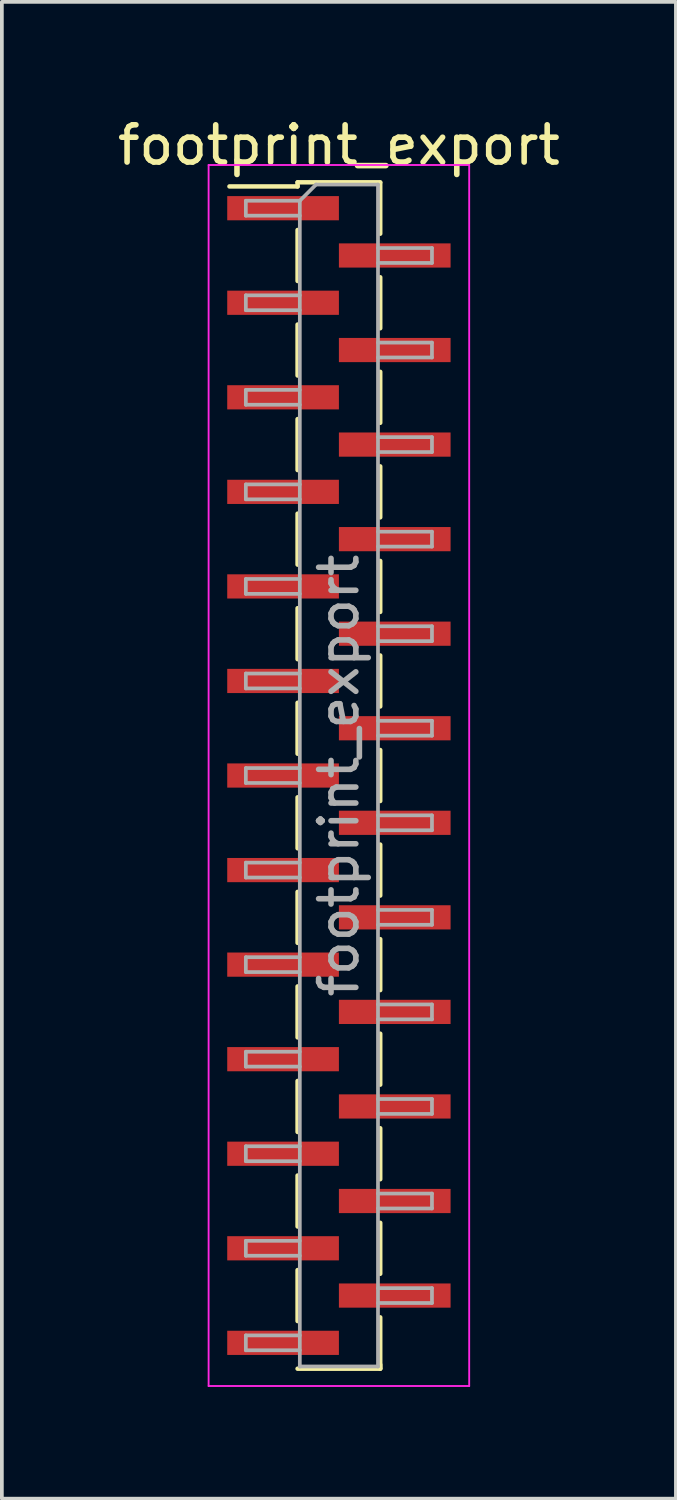
<source format=kicad_pcb>
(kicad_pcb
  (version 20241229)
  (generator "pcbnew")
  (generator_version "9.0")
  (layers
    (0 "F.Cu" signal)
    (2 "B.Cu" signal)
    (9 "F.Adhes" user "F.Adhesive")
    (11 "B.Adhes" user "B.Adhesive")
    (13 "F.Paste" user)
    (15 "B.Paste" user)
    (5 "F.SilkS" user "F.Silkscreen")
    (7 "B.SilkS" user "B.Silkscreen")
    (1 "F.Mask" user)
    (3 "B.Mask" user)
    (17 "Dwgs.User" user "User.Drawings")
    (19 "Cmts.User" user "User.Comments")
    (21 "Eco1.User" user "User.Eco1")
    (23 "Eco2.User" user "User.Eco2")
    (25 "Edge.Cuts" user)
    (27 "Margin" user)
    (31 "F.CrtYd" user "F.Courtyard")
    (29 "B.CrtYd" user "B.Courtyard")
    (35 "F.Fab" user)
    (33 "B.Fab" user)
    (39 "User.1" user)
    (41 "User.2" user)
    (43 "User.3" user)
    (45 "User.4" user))
  (footprint "footprint_export"
    (layer "F.Cu")
    (at 6.054 17.783)
    (property "Reference" "footprint_export" (at 0 -16.935 0) (layer "F.SilkS") (effects (font (size 1 1) (thickness 0.15))))
    (attr smd)
    (fp_line (start -1.11 -15.935) (end -1.11 -15.825) (stroke (width 0.12) (type solid)) (layer "F.SilkS"))
    (fp_line (start -1.11 -15.935) (end 1.11 -15.935) (stroke (width 0.12) (type solid)) (layer "F.SilkS"))
    (fp_line (start -1.11 -15.825) (end -2.94 -15.825) (stroke (width 0.12) (type solid)) (layer "F.SilkS"))
    (fp_line (start -1.11 -14.655) (end -1.11 -13.285) (stroke (width 0.12) (type solid)) (layer "F.SilkS"))
    (fp_line (start -1.11 -12.115) (end -1.11 -10.745) (stroke (width 0.12) (type solid)) (layer "F.SilkS"))
    (fp_line (start -1.11 -9.575) (end -1.11 -8.205) (stroke (width 0.12) (type solid)) (layer "F.SilkS"))
    (fp_line (start -1.11 -7.035) (end -1.11 -5.665) (stroke (width 0.12) (type solid)) (layer "F.SilkS"))
    (fp_line (start -1.11 -4.495) (end -1.11 -3.125) (stroke (width 0.12) (type solid)) (layer "F.SilkS"))
    (fp_line (start -1.11 -1.955) (end -1.11 -0.585) (stroke (width 0.12) (type solid)) (layer "F.SilkS"))
    (fp_line (start -1.11 0.585) (end -1.11 1.955) (stroke (width 0.12) (type solid)) (layer "F.SilkS"))
    (fp_line (start -1.11 3.125) (end -1.11 4.495) (stroke (width 0.12) (type solid)) (layer "F.SilkS"))
    (fp_line (start -1.11 5.665) (end -1.11 7.035) (stroke (width 0.12) (type solid)) (layer "F.SilkS"))
    (fp_line (start -1.11 8.205) (end -1.11 9.575) (stroke (width 0.12) (type solid)) (layer "F.SilkS"))
    (fp_line (start -1.11 10.745) (end -1.11 12.115) (stroke (width 0.12) (type solid)) (layer "F.SilkS"))
    (fp_line (start -1.11 13.285) (end -1.11 14.655) (stroke (width 0.12) (type solid)) (layer "F.SilkS"))
    (fp_line (start -1.11 15.935) (end 1.11 15.935) (stroke (width 0.12) (type solid)) (layer "F.SilkS"))
    (fp_line (start 1.11 -15.925) (end 1.11 -14.555) (stroke (width 0.12) (type solid)) (layer "F.SilkS"))
    (fp_line (start 1.11 -13.385) (end 1.11 -12.015) (stroke (width 0.12) (type solid)) (layer "F.SilkS"))
    (fp_line (start 1.11 -10.845) (end 1.11 -9.475) (stroke (width 0.12) (type solid)) (layer "F.SilkS"))
    (fp_line (start 1.11 -8.305) (end 1.11 -6.935) (stroke (width 0.12) (type solid)) (layer "F.SilkS"))
    (fp_line (start 1.11 -5.765) (end 1.11 -4.395) (stroke (width 0.12) (type solid)) (layer "F.SilkS"))
    (fp_line (start 1.11 -3.225) (end 1.11 -1.855) (stroke (width 0.12) (type solid)) (layer "F.SilkS"))
    (fp_line (start 1.11 -0.685) (end 1.11 0.685) (stroke (width 0.12) (type solid)) (layer "F.SilkS"))
    (fp_line (start 1.11 1.855) (end 1.11 3.225) (stroke (width 0.12) (type solid)) (layer "F.SilkS"))
    (fp_line (start 1.11 4.395) (end 1.11 5.765) (stroke (width 0.12) (type solid)) (layer "F.SilkS"))
    (fp_line (start 1.11 6.935) (end 1.11 8.305) (stroke (width 0.12) (type solid)) (layer "F.SilkS"))
    (fp_line (start 1.11 9.475) (end 1.11 10.845) (stroke (width 0.12) (type solid)) (layer "F.SilkS"))
    (fp_line (start 1.11 12.015) (end 1.11 13.385) (stroke (width 0.12) (type solid)) (layer "F.SilkS"))
    (fp_line (start 1.11 14.555) (end 1.11 15.925) (stroke (width 0.12) (type solid)) (layer "F.SilkS"))
    (fp_line (start 1.11 15.825) (end 1.11 15.935) (stroke (width 0.12) (type solid)) (layer "F.SilkS"))
    (fp_line (start -3.5 -16.4) (end -3.5 16.4) (stroke (width 0.05) (type solid)) (layer "F.CrtYd"))
    (fp_line (start -3.5 16.4) (end 3.5 16.4) (stroke (width 0.05) (type solid)) (layer "F.CrtYd"))
    (fp_line (start 3.5 -16.4) (end -3.5 -16.4) (stroke (width 0.05) (type solid)) (layer "F.CrtYd"))
    (fp_line (start 3.5 16.4) (end 3.5 -16.4) (stroke (width 0.05) (type solid)) (layer "F.CrtYd"))
    (fp_line (start -2.5 -15.44) (end -2.5 -15.04) (stroke (width 0.1) (type solid)) (layer "F.Fab"))
    (fp_line (start -2.5 -15.04) (end -1.05 -15.04) (stroke (width 0.1) (type solid)) (layer "F.Fab"))
    (fp_line (start -2.5 -12.9) (end -2.5 -12.5) (stroke (width 0.1) (type solid)) (layer "F.Fab"))
    (fp_line (start -2.5 -12.5) (end -1.05 -12.5) (stroke (width 0.1) (type solid)) (layer "F.Fab"))
    (fp_line (start -2.5 -10.36) (end -2.5 -9.96) (stroke (width 0.1) (type solid)) (layer "F.Fab"))
    (fp_line (start -2.5 -9.96) (end -1.05 -9.96) (stroke (width 0.1) (type solid)) (layer "F.Fab"))
    (fp_line (start -2.5 -7.82) (end -2.5 -7.42) (stroke (width 0.1) (type solid)) (layer "F.Fab"))
    (fp_line (start -2.5 -7.42) (end -1.05 -7.42) (stroke (width 0.1) (type solid)) (layer "F.Fab"))
    (fp_line (start -2.5 -5.28) (end -2.5 -4.88) (stroke (width 0.1) (type solid)) (layer "F.Fab"))
    (fp_line (start -2.5 -4.88) (end -1.05 -4.88) (stroke (width 0.1) (type solid)) (layer "F.Fab"))
    (fp_line (start -2.5 -2.74) (end -2.5 -2.34) (stroke (width 0.1) (type solid)) (layer "F.Fab"))
    (fp_line (start -2.5 -2.34) (end -1.05 -2.34) (stroke (width 0.1) (type solid)) (layer "F.Fab"))
    (fp_line (start -2.5 -0.2) (end -2.5 0.2) (stroke (width 0.1) (type solid)) (layer "F.Fab"))
    (fp_line (start -2.5 0.2) (end -1.05 0.2) (stroke (width 0.1) (type solid)) (layer "F.Fab"))
    (fp_line (start -2.5 2.34) (end -2.5 2.74) (stroke (width 0.1) (type solid)) (layer "F.Fab"))
    (fp_line (start -2.5 2.74) (end -1.05 2.74) (stroke (width 0.1) (type solid)) (layer "F.Fab"))
    (fp_line (start -2.5 4.88) (end -2.5 5.28) (stroke (width 0.1) (type solid)) (layer "F.Fab"))
    (fp_line (start -2.5 5.28) (end -1.05 5.28) (stroke (width 0.1) (type solid)) (layer "F.Fab"))
    (fp_line (start -2.5 7.42) (end -2.5 7.82) (stroke (width 0.1) (type solid)) (layer "F.Fab"))
    (fp_line (start -2.5 7.82) (end -1.05 7.82) (stroke (width 0.1) (type solid)) (layer "F.Fab"))
    (fp_line (start -2.5 9.96) (end -2.5 10.36) (stroke (width 0.1) (type solid)) (layer "F.Fab"))
    (fp_line (start -2.5 10.36) (end -1.05 10.36) (stroke (width 0.1) (type solid)) (layer "F.Fab"))
    (fp_line (start -2.5 12.5) (end -2.5 12.9) (stroke (width 0.1) (type solid)) (layer "F.Fab"))
    (fp_line (start -2.5 12.9) (end -1.05 12.9) (stroke (width 0.1) (type solid)) (layer "F.Fab"))
    (fp_line (start -2.5 15.04) (end -2.5 15.44) (stroke (width 0.1) (type solid)) (layer "F.Fab"))
    (fp_line (start -2.5 15.44) (end -1.05 15.44) (stroke (width 0.1) (type solid)) (layer "F.Fab"))
    (fp_line (start -1.05 -15.44) (end -2.5 -15.44) (stroke (width 0.1) (type solid)) (layer "F.Fab"))
    (fp_line (start -1.05 -15.44) (end -0.615 -15.875) (stroke (width 0.1) (type solid)) (layer "F.Fab"))
    (fp_line (start -1.05 -12.9) (end -2.5 -12.9) (stroke (width 0.1) (type solid)) (layer "F.Fab"))
    (fp_line (start -1.05 -10.36) (end -2.5 -10.36) (stroke (width 0.1) (type solid)) (layer "F.Fab"))
    (fp_line (start -1.05 -7.82) (end -2.5 -7.82) (stroke (width 0.1) (type solid)) (layer "F.Fab"))
    (fp_line (start -1.05 -5.28) (end -2.5 -5.28) (stroke (width 0.1) (type solid)) (layer "F.Fab"))
    (fp_line (start -1.05 -2.74) (end -2.5 -2.74) (stroke (width 0.1) (type solid)) (layer "F.Fab"))
    (fp_line (start -1.05 -0.2) (end -2.5 -0.2) (stroke (width 0.1) (type solid)) (layer "F.Fab"))
    (fp_line (start -1.05 2.34) (end -2.5 2.34) (stroke (width 0.1) (type solid)) (layer "F.Fab"))
    (fp_line (start -1.05 4.88) (end -2.5 4.88) (stroke (width 0.1) (type solid)) (layer "F.Fab"))
    (fp_line (start -1.05 7.42) (end -2.5 7.42) (stroke (width 0.1) (type solid)) (layer "F.Fab"))
    (fp_line (start -1.05 9.96) (end -2.5 9.96) (stroke (width 0.1) (type solid)) (layer "F.Fab"))
    (fp_line (start -1.05 12.5) (end -2.5 12.5) (stroke (width 0.1) (type solid)) (layer "F.Fab"))
    (fp_line (start -1.05 15.04) (end -2.5 15.04) (stroke (width 0.1) (type solid)) (layer "F.Fab"))
    (fp_line (start -1.05 15.875) (end -1.05 -15.44) (stroke (width 0.1) (type solid)) (layer "F.Fab"))
    (fp_line (start -0.615 -15.875) (end 1.05 -15.875) (stroke (width 0.1) (type solid)) (layer "F.Fab"))
    (fp_line (start 1.05 -15.875) (end 1.05 15.875) (stroke (width 0.1) (type solid)) (layer "F.Fab"))
    (fp_line (start 1.05 -14.17) (end 2.5 -14.17) (stroke (width 0.1) (type solid)) (layer "F.Fab"))
    (fp_line (start 1.05 -11.63) (end 2.5 -11.63) (stroke (width 0.1) (type solid)) (layer "F.Fab"))
    (fp_line (start 1.05 -9.09) (end 2.5 -9.09) (stroke (width 0.1) (type solid)) (layer "F.Fab"))
    (fp_line (start 1.05 -6.55) (end 2.5 -6.55) (stroke (width 0.1) (type solid)) (layer "F.Fab"))
    (fp_line (start 1.05 -4.01) (end 2.5 -4.01) (stroke (width 0.1) (type solid)) (layer "F.Fab"))
    (fp_line (start 1.05 -1.47) (end 2.5 -1.47) (stroke (width 0.1) (type solid)) (layer "F.Fab"))
    (fp_line (start 1.05 1.07) (end 2.5 1.07) (stroke (width 0.1) (type solid)) (layer "F.Fab"))
    (fp_line (start 1.05 3.61) (end 2.5 3.61) (stroke (width 0.1) (type solid)) (layer "F.Fab"))
    (fp_line (start 1.05 6.15) (end 2.5 6.15) (stroke (width 0.1) (type solid)) (layer "F.Fab"))
    (fp_line (start 1.05 8.69) (end 2.5 8.69) (stroke (width 0.1) (type solid)) (layer "F.Fab"))
    (fp_line (start 1.05 11.23) (end 2.5 11.23) (stroke (width 0.1) (type solid)) (layer "F.Fab"))
    (fp_line (start 1.05 13.77) (end 2.5 13.77) (stroke (width 0.1) (type solid)) (layer "F.Fab"))
    (fp_line (start 1.05 15.875) (end -1.05 15.875) (stroke (width 0.1) (type solid)) (layer "F.Fab"))
    (fp_line (start 2.5 -14.17) (end 2.5 -13.77) (stroke (width 0.1) (type solid)) (layer "F.Fab"))
    (fp_line (start 2.5 -13.77) (end 1.05 -13.77) (stroke (width 0.1) (type solid)) (layer "F.Fab"))
    (fp_line (start 2.5 -11.63) (end 2.5 -11.23) (stroke (width 0.1) (type solid)) (layer "F.Fab"))
    (fp_line (start 2.5 -11.23) (end 1.05 -11.23) (stroke (width 0.1) (type solid)) (layer "F.Fab"))
    (fp_line (start 2.5 -9.09) (end 2.5 -8.69) (stroke (width 0.1) (type solid)) (layer "F.Fab"))
    (fp_line (start 2.5 -8.69) (end 1.05 -8.69) (stroke (width 0.1) (type solid)) (layer "F.Fab"))
    (fp_line (start 2.5 -6.55) (end 2.5 -6.15) (stroke (width 0.1) (type solid)) (layer "F.Fab"))
    (fp_line (start 2.5 -6.15) (end 1.05 -6.15) (stroke (width 0.1) (type solid)) (layer "F.Fab"))
    (fp_line (start 2.5 -4.01) (end 2.5 -3.61) (stroke (width 0.1) (type solid)) (layer "F.Fab"))
    (fp_line (start 2.5 -3.61) (end 1.05 -3.61) (stroke (width 0.1) (type solid)) (layer "F.Fab"))
    (fp_line (start 2.5 -1.47) (end 2.5 -1.07) (stroke (width 0.1) (type solid)) (layer "F.Fab"))
    (fp_line (start 2.5 -1.07) (end 1.05 -1.07) (stroke (width 0.1) (type solid)) (layer "F.Fab"))
    (fp_line (start 2.5 1.07) (end 2.5 1.47) (stroke (width 0.1) (type solid)) (layer "F.Fab"))
    (fp_line (start 2.5 1.47) (end 1.05 1.47) (stroke (width 0.1) (type solid)) (layer "F.Fab"))
    (fp_line (start 2.5 3.61) (end 2.5 4.01) (stroke (width 0.1) (type solid)) (layer "F.Fab"))
    (fp_line (start 2.5 4.01) (end 1.05 4.01) (stroke (width 0.1) (type solid)) (layer "F.Fab"))
    (fp_line (start 2.5 6.15) (end 2.5 6.55) (stroke (width 0.1) (type solid)) (layer "F.Fab"))
    (fp_line (start 2.5 6.55) (end 1.05 6.55) (stroke (width 0.1) (type solid)) (layer "F.Fab"))
    (fp_line (start 2.5 8.69) (end 2.5 9.09) (stroke (width 0.1) (type solid)) (layer "F.Fab"))
    (fp_line (start 2.5 9.09) (end 1.05 9.09) (stroke (width 0.1) (type solid)) (layer "F.Fab"))
    (fp_line (start 2.5 11.23) (end 2.5 11.63) (stroke (width 0.1) (type solid)) (layer "F.Fab"))
    (fp_line (start 2.5 11.63) (end 1.05 11.63) (stroke (width 0.1) (type solid)) (layer "F.Fab"))
    (fp_line (start 2.5 13.77) (end 2.5 14.17) (stroke (width 0.1) (type solid)) (layer "F.Fab"))
    (fp_line (start 2.5 14.17) (end 1.05 14.17) (stroke (width 0.1) (type solid)) (layer "F.Fab"))
    (fp_text user "${REFERENCE}" (at 0 0 90) (layer "F.Fab") (effects (font (size 1 1) (thickness 0.15))))
    (pad "1" smd rect (at -1.5 -15.24) (size 3 0.65) (layers "F.Cu" "F.Mask" "F.Paste"))
    (pad "2" smd rect (at 1.5 -13.97) (size 3 0.65) (layers "F.Cu" "F.Mask" "F.Paste"))
    (pad "3" smd rect (at -1.5 -12.7) (size 3 0.65) (layers "F.Cu" "F.Mask" "F.Paste"))
    (pad "4" smd rect (at 1.5 -11.43) (size 3 0.65) (layers "F.Cu" "F.Mask" "F.Paste"))
    (pad "5" smd rect (at -1.5 -10.16) (size 3 0.65) (layers "F.Cu" "F.Mask" "F.Paste"))
    (pad "6" smd rect (at 1.5 -8.89) (size 3 0.65) (layers "F.Cu" "F.Mask" "F.Paste"))
    (pad "7" smd rect (at -1.5 -7.62) (size 3 0.65) (layers "F.Cu" "F.Mask" "F.Paste"))
    (pad "8" smd rect (at 1.5 -6.35) (size 3 0.65) (layers "F.Cu" "F.Mask" "F.Paste"))
    (pad "9" smd rect (at -1.5 -5.08) (size 3 0.65) (layers "F.Cu" "F.Mask" "F.Paste"))
    (pad "10" smd rect (at 1.5 -3.81) (size 3 0.65) (layers "F.Cu" "F.Mask" "F.Paste"))
    (pad "11" smd rect (at -1.5 -2.54) (size 3 0.65) (layers "F.Cu" "F.Mask" "F.Paste"))
    (pad "12" smd rect (at 1.5 -1.27) (size 3 0.65) (layers "F.Cu" "F.Mask" "F.Paste"))
    (pad "13" smd rect (at -1.5 0) (size 3 0.65) (layers "F.Cu" "F.Mask" "F.Paste"))
    (pad "14" smd rect (at 1.5 1.27) (size 3 0.65) (layers "F.Cu" "F.Mask" "F.Paste"))
    (pad "15" smd rect (at -1.5 2.54) (size 3 0.65) (layers "F.Cu" "F.Mask" "F.Paste"))
    (pad "16" smd rect (at 1.5 3.81) (size 3 0.65) (layers "F.Cu" "F.Mask" "F.Paste"))
    (pad "17" smd rect (at -1.5 5.08) (size 3 0.65) (layers "F.Cu" "F.Mask" "F.Paste"))
    (pad "18" smd rect (at 1.5 6.35) (size 3 0.65) (layers "F.Cu" "F.Mask" "F.Paste"))
    (pad "19" smd rect (at -1.5 7.62) (size 3 0.65) (layers "F.Cu" "F.Mask" "F.Paste"))
    (pad "20" smd rect (at 1.5 8.89) (size 3 0.65) (layers "F.Cu" "F.Mask" "F.Paste"))
    (pad "21" smd rect (at -1.5 10.16) (size 3 0.65) (layers "F.Cu" "F.Mask" "F.Paste"))
    (pad "22" smd rect (at 1.5 11.43) (size 3 0.65) (layers "F.Cu" "F.Mask" "F.Paste"))
    (pad "23" smd rect (at -1.5 12.7) (size 3 0.65) (layers "F.Cu" "F.Mask" "F.Paste"))
    (pad "24" smd rect (at 1.5 13.97) (size 3 0.65) (layers "F.Cu" "F.Mask" "F.Paste"))
    (pad "25" smd rect (at -1.5 15.24) (size 3 0.65) (layers "F.Cu" "F.Mask" "F.Paste")))
  (gr_rect
    (start -3 -3)
    (end 15.107 37.208)
    (stroke (width 0.1) (type default))
    (fill no)
    (layer "Edge.Cuts")))
</source>
